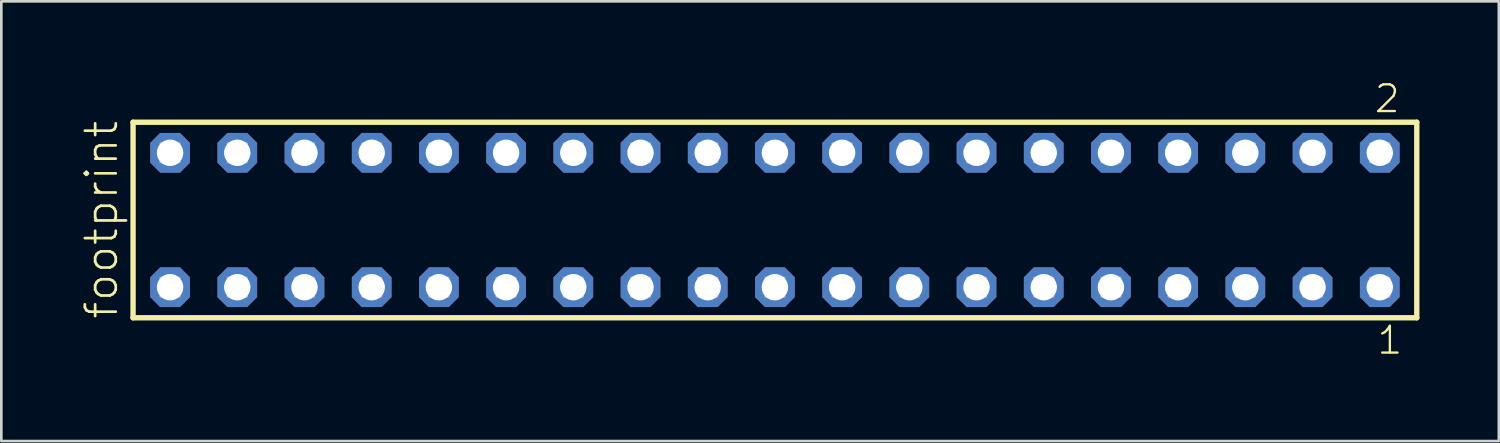
<source format=kicad_pcb>
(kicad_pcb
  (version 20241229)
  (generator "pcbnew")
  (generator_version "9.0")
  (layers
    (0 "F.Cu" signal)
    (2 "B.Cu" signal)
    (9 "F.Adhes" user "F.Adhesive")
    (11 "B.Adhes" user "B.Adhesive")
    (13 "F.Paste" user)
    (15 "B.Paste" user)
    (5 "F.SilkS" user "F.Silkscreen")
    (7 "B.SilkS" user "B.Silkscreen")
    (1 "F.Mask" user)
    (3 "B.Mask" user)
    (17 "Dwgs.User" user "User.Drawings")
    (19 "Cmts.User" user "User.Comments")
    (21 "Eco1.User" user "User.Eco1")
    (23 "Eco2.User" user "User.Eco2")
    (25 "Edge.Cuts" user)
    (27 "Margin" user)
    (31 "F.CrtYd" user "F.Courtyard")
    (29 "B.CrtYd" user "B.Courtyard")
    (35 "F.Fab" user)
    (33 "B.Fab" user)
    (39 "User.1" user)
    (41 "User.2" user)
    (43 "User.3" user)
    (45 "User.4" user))
  (footprint "footprint"
    (layer "F.Cu")
    (at 26.238 5.265)
    (property "Reference" "footprint" (at -24.765 3.81 90) (layer "F.SilkS") (effects (font (size 1.168 1.168) (thickness 0.102)) (justify left bottom)))
    (fp_line (start -24.259 -3.695) (end 24.259 -3.695) (stroke (width 0.203) (type solid)) (layer "F.SilkS"))
    (fp_line (start -24.259 3.695) (end -24.259 -3.695) (stroke (width 0.203) (type solid)) (layer "F.SilkS"))
    (fp_line (start 24.259 -3.695) (end 24.259 3.695) (stroke (width 0.203) (type solid)) (layer "F.SilkS"))
    (fp_line (start 24.259 3.695) (end -24.259 3.695) (stroke (width 0.203) (type solid)) (layer "F.SilkS"))
    (fp_poly (pts (xy -23.21 -2.19) (xy -22.51 -2.19) (xy -22.51 -2.89) (xy -23.21 -2.89)) (stroke (width 0.1) (type solid)) (fill no) (layer "F.Fab"))
    (fp_poly (pts (xy -23.21 2.89) (xy -22.51 2.89) (xy -22.51 2.19) (xy -23.21 2.19)) (stroke (width 0.1) (type solid)) (fill no) (layer "F.Fab"))
    (fp_poly (pts (xy -20.67 -2.19) (xy -19.97 -2.19) (xy -19.97 -2.89) (xy -20.67 -2.89)) (stroke (width 0.1) (type solid)) (fill no) (layer "F.Fab"))
    (fp_poly (pts (xy -20.67 2.89) (xy -19.97 2.89) (xy -19.97 2.19) (xy -20.67 2.19)) (stroke (width 0.1) (type solid)) (fill no) (layer "F.Fab"))
    (fp_poly (pts (xy -18.13 -2.19) (xy -17.43 -2.19) (xy -17.43 -2.89) (xy -18.13 -2.89)) (stroke (width 0.1) (type solid)) (fill no) (layer "F.Fab"))
    (fp_poly (pts (xy -18.13 2.89) (xy -17.43 2.89) (xy -17.43 2.19) (xy -18.13 2.19)) (stroke (width 0.1) (type solid)) (fill no) (layer "F.Fab"))
    (fp_poly (pts (xy -15.59 -2.19) (xy -14.89 -2.19) (xy -14.89 -2.89) (xy -15.59 -2.89)) (stroke (width 0.1) (type solid)) (fill no) (layer "F.Fab"))
    (fp_poly (pts (xy -15.59 2.89) (xy -14.89 2.89) (xy -14.89 2.19) (xy -15.59 2.19)) (stroke (width 0.1) (type solid)) (fill no) (layer "F.Fab"))
    (fp_poly (pts (xy -13.05 -2.19) (xy -12.35 -2.19) (xy -12.35 -2.89) (xy -13.05 -2.89)) (stroke (width 0.1) (type solid)) (fill no) (layer "F.Fab"))
    (fp_poly (pts (xy -13.05 2.89) (xy -12.35 2.89) (xy -12.35 2.19) (xy -13.05 2.19)) (stroke (width 0.1) (type solid)) (fill no) (layer "F.Fab"))
    (fp_poly (pts (xy -10.51 -2.19) (xy -9.81 -2.19) (xy -9.81 -2.89) (xy -10.51 -2.89)) (stroke (width 0.1) (type solid)) (fill no) (layer "F.Fab"))
    (fp_poly (pts (xy -10.51 2.89) (xy -9.81 2.89) (xy -9.81 2.19) (xy -10.51 2.19)) (stroke (width 0.1) (type solid)) (fill no) (layer "F.Fab"))
    (fp_poly (pts (xy -7.97 -2.19) (xy -7.27 -2.19) (xy -7.27 -2.89) (xy -7.97 -2.89)) (stroke (width 0.1) (type solid)) (fill no) (layer "F.Fab"))
    (fp_poly (pts (xy -7.97 2.89) (xy -7.27 2.89) (xy -7.27 2.19) (xy -7.97 2.19)) (stroke (width 0.1) (type solid)) (fill no) (layer "F.Fab"))
    (fp_poly (pts (xy -5.43 -2.19) (xy -4.73 -2.19) (xy -4.73 -2.89) (xy -5.43 -2.89)) (stroke (width 0.1) (type solid)) (fill no) (layer "F.Fab"))
    (fp_poly (pts (xy -5.43 2.89) (xy -4.73 2.89) (xy -4.73 2.19) (xy -5.43 2.19)) (stroke (width 0.1) (type solid)) (fill no) (layer "F.Fab"))
    (fp_poly (pts (xy -2.89 -2.19) (xy -2.19 -2.19) (xy -2.19 -2.89) (xy -2.89 -2.89)) (stroke (width 0.1) (type solid)) (fill no) (layer "F.Fab"))
    (fp_poly (pts (xy -2.89 2.89) (xy -2.19 2.89) (xy -2.19 2.19) (xy -2.89 2.19)) (stroke (width 0.1) (type solid)) (fill no) (layer "F.Fab"))
    (fp_poly (pts (xy -0.35 -2.19) (xy 0.35 -2.19) (xy 0.35 -2.89) (xy -0.35 -2.89)) (stroke (width 0.1) (type solid)) (fill no) (layer "F.Fab"))
    (fp_poly (pts (xy -0.35 2.89) (xy 0.35 2.89) (xy 0.35 2.19) (xy -0.35 2.19)) (stroke (width 0.1) (type solid)) (fill no) (layer "F.Fab"))
    (fp_poly (pts (xy 2.19 -2.19) (xy 2.89 -2.19) (xy 2.89 -2.89) (xy 2.19 -2.89)) (stroke (width 0.1) (type solid)) (fill no) (layer "F.Fab"))
    (fp_poly (pts (xy 2.19 2.89) (xy 2.89 2.89) (xy 2.89 2.19) (xy 2.19 2.19)) (stroke (width 0.1) (type solid)) (fill no) (layer "F.Fab"))
    (fp_poly (pts (xy 4.73 -2.19) (xy 5.43 -2.19) (xy 5.43 -2.89) (xy 4.73 -2.89)) (stroke (width 0.1) (type solid)) (fill no) (layer "F.Fab"))
    (fp_poly (pts (xy 4.73 2.89) (xy 5.43 2.89) (xy 5.43 2.19) (xy 4.73 2.19)) (stroke (width 0.1) (type solid)) (fill no) (layer "F.Fab"))
    (fp_poly (pts (xy 7.27 -2.19) (xy 7.97 -2.19) (xy 7.97 -2.89) (xy 7.27 -2.89)) (stroke (width 0.1) (type solid)) (fill no) (layer "F.Fab"))
    (fp_poly (pts (xy 7.27 2.89) (xy 7.97 2.89) (xy 7.97 2.19) (xy 7.27 2.19)) (stroke (width 0.1) (type solid)) (fill no) (layer "F.Fab"))
    (fp_poly (pts (xy 9.81 -2.19) (xy 10.51 -2.19) (xy 10.51 -2.89) (xy 9.81 -2.89)) (stroke (width 0.1) (type solid)) (fill no) (layer "F.Fab"))
    (fp_poly (pts (xy 9.81 2.89) (xy 10.51 2.89) (xy 10.51 2.19) (xy 9.81 2.19)) (stroke (width 0.1) (type solid)) (fill no) (layer "F.Fab"))
    (fp_poly (pts (xy 12.35 -2.19) (xy 13.05 -2.19) (xy 13.05 -2.89) (xy 12.35 -2.89)) (stroke (width 0.1) (type solid)) (fill no) (layer "F.Fab"))
    (fp_poly (pts (xy 12.35 2.89) (xy 13.05 2.89) (xy 13.05 2.19) (xy 12.35 2.19)) (stroke (width 0.1) (type solid)) (fill no) (layer "F.Fab"))
    (fp_poly (pts (xy 14.89 -2.19) (xy 15.59 -2.19) (xy 15.59 -2.89) (xy 14.89 -2.89)) (stroke (width 0.1) (type solid)) (fill no) (layer "F.Fab"))
    (fp_poly (pts (xy 14.89 2.89) (xy 15.59 2.89) (xy 15.59 2.19) (xy 14.89 2.19)) (stroke (width 0.1) (type solid)) (fill no) (layer "F.Fab"))
    (fp_poly (pts (xy 17.43 -2.19) (xy 18.13 -2.19) (xy 18.13 -2.89) (xy 17.43 -2.89)) (stroke (width 0.1) (type solid)) (fill no) (layer "F.Fab"))
    (fp_poly (pts (xy 17.43 2.89) (xy 18.13 2.89) (xy 18.13 2.19) (xy 17.43 2.19)) (stroke (width 0.1) (type solid)) (fill no) (layer "F.Fab"))
    (fp_poly (pts (xy 19.97 -2.19) (xy 20.67 -2.19) (xy 20.67 -2.89) (xy 19.97 -2.89)) (stroke (width 0.1) (type solid)) (fill no) (layer "F.Fab"))
    (fp_poly (pts (xy 19.97 2.89) (xy 20.67 2.89) (xy 20.67 2.19) (xy 19.97 2.19)) (stroke (width 0.1) (type solid)) (fill no) (layer "F.Fab"))
    (fp_poly (pts (xy 22.51 -2.19) (xy 23.21 -2.19) (xy 23.21 -2.89) (xy 22.51 -2.89)) (stroke (width 0.1) (type solid)) (fill no) (layer "F.Fab"))
    (fp_poly (pts (xy 22.51 2.89) (xy 23.21 2.89) (xy 23.21 2.19) (xy 22.51 2.19)) (stroke (width 0.1) (type solid)) (fill no) (layer "F.Fab"))
    (fp_text user "2" (at 22.602 -3.989 0) (layer "F.SilkS") (effects (font (size 1.012 1.012) (thickness 0.088)) (justify left bottom)))
    (fp_text user "1" (at 22.702 5.138 0) (layer "F.SilkS") (effects (font (size 1.012 1.012) (thickness 0.088)) (justify left bottom)))
    (pad "1" thru_hole roundrect (at 22.86 2.54 180) (size 1.5 1.5) (drill 1) (layers "*.Cu" "*.Mask") (roundrect_rratio 0.25) (chamfer_ratio 0.25) (chamfer top_left top_right bottom_left bottom_right))
    (pad "2" thru_hole roundrect (at 22.86 -2.54 180) (size 1.5 1.5) (drill 1) (layers "*.Cu" "*.Mask") (roundrect_rratio 0.25) (chamfer_ratio 0.25) (chamfer top_left top_right bottom_left bottom_right))
    (pad "3" thru_hole roundrect (at 20.32 2.54 180) (size 1.5 1.5) (drill 1) (layers "*.Cu" "*.Mask") (roundrect_rratio 0.25) (chamfer_ratio 0.25) (chamfer top_left top_right bottom_left bottom_right))
    (pad "4" thru_hole roundrect (at 20.32 -2.54 180) (size 1.5 1.5) (drill 1) (layers "*.Cu" "*.Mask") (roundrect_rratio 0.25) (chamfer_ratio 0.25) (chamfer top_left top_right bottom_left bottom_right))
    (pad "5" thru_hole roundrect (at 17.78 2.54 180) (size 1.5 1.5) (drill 1) (layers "*.Cu" "*.Mask") (roundrect_rratio 0.25) (chamfer_ratio 0.25) (chamfer top_left top_right bottom_left bottom_right))
    (pad "6" thru_hole roundrect (at 17.78 -2.54 180) (size 1.5 1.5) (drill 1) (layers "*.Cu" "*.Mask") (roundrect_rratio 0.25) (chamfer_ratio 0.25) (chamfer top_left top_right bottom_left bottom_right))
    (pad "7" thru_hole roundrect (at 15.24 2.54 180) (size 1.5 1.5) (drill 1) (layers "*.Cu" "*.Mask") (roundrect_rratio 0.25) (chamfer_ratio 0.25) (chamfer top_left top_right bottom_left bottom_right))
    (pad "8" thru_hole roundrect (at 15.24 -2.54 180) (size 1.5 1.5) (drill 1) (layers "*.Cu" "*.Mask") (roundrect_rratio 0.25) (chamfer_ratio 0.25) (chamfer top_left top_right bottom_left bottom_right))
    (pad "9" thru_hole roundrect (at 12.7 2.54 180) (size 1.5 1.5) (drill 1) (layers "*.Cu" "*.Mask") (roundrect_rratio 0.25) (chamfer_ratio 0.25) (chamfer top_left top_right bottom_left bottom_right))
    (pad "10" thru_hole roundrect (at 12.7 -2.54 180) (size 1.5 1.5) (drill 1) (layers "*.Cu" "*.Mask") (roundrect_rratio 0.25) (chamfer_ratio 0.25) (chamfer top_left top_right bottom_left bottom_right))
    (pad "11" thru_hole roundrect (at 10.16 2.54 180) (size 1.5 1.5) (drill 1) (layers "*.Cu" "*.Mask") (roundrect_rratio 0.25) (chamfer_ratio 0.25) (chamfer top_left top_right bottom_left bottom_right))
    (pad "12" thru_hole roundrect (at 10.16 -2.54 180) (size 1.5 1.5) (drill 1) (layers "*.Cu" "*.Mask") (roundrect_rratio 0.25) (chamfer_ratio 0.25) (chamfer top_left top_right bottom_left bottom_right))
    (pad "13" thru_hole roundrect (at 7.62 2.54 180) (size 1.5 1.5) (drill 1) (layers "*.Cu" "*.Mask") (roundrect_rratio 0.25) (chamfer_ratio 0.25) (chamfer top_left top_right bottom_left bottom_right))
    (pad "14" thru_hole roundrect (at 7.62 -2.54 180) (size 1.5 1.5) (drill 1) (layers "*.Cu" "*.Mask") (roundrect_rratio 0.25) (chamfer_ratio 0.25) (chamfer top_left top_right bottom_left bottom_right))
    (pad "15" thru_hole roundrect (at 5.08 2.54 180) (size 1.5 1.5) (drill 1) (layers "*.Cu" "*.Mask") (roundrect_rratio 0.25) (chamfer_ratio 0.25) (chamfer top_left top_right bottom_left bottom_right))
    (pad "16" thru_hole roundrect (at 5.08 -2.54 180) (size 1.5 1.5) (drill 1) (layers "*.Cu" "*.Mask") (roundrect_rratio 0.25) (chamfer_ratio 0.25) (chamfer top_left top_right bottom_left bottom_right))
    (pad "17" thru_hole roundrect (at 2.54 2.54 180) (size 1.5 1.5) (drill 1) (layers "*.Cu" "*.Mask") (roundrect_rratio 0.25) (chamfer_ratio 0.25) (chamfer top_left top_right bottom_left bottom_right))
    (pad "18" thru_hole roundrect (at 2.54 -2.54 180) (size 1.5 1.5) (drill 1) (layers "*.Cu" "*.Mask") (roundrect_rratio 0.25) (chamfer_ratio 0.25) (chamfer top_left top_right bottom_left bottom_right))
    (pad "19" thru_hole roundrect (at 0 2.54 180) (size 1.5 1.5) (drill 1) (layers "*.Cu" "*.Mask") (roundrect_rratio 0.25) (chamfer_ratio 0.25) (chamfer top_left top_right bottom_left bottom_right))
    (pad "20" thru_hole roundrect (at 0 -2.54 180) (size 1.5 1.5) (drill 1) (layers "*.Cu" "*.Mask") (roundrect_rratio 0.25) (chamfer_ratio 0.25) (chamfer top_left top_right bottom_left bottom_right))
    (pad "21" thru_hole roundrect (at -2.54 2.54 180) (size 1.5 1.5) (drill 1) (layers "*.Cu" "*.Mask") (roundrect_rratio 0.25) (chamfer_ratio 0.25) (chamfer top_left top_right bottom_left bottom_right))
    (pad "22" thru_hole roundrect (at -2.54 -2.54 180) (size 1.5 1.5) (drill 1) (layers "*.Cu" "*.Mask") (roundrect_rratio 0.25) (chamfer_ratio 0.25) (chamfer top_left top_right bottom_left bottom_right))
    (pad "23" thru_hole roundrect (at -5.08 2.54 180) (size 1.5 1.5) (drill 1) (layers "*.Cu" "*.Mask") (roundrect_rratio 0.25) (chamfer_ratio 0.25) (chamfer top_left top_right bottom_left bottom_right))
    (pad "24" thru_hole roundrect (at -5.08 -2.54 180) (size 1.5 1.5) (drill 1) (layers "*.Cu" "*.Mask") (roundrect_rratio 0.25) (chamfer_ratio 0.25) (chamfer top_left top_right bottom_left bottom_right))
    (pad "25" thru_hole roundrect (at -7.62 2.54 180) (size 1.5 1.5) (drill 1) (layers "*.Cu" "*.Mask") (roundrect_rratio 0.25) (chamfer_ratio 0.25) (chamfer top_left top_right bottom_left bottom_right))
    (pad "26" thru_hole roundrect (at -7.62 -2.54 180) (size 1.5 1.5) (drill 1) (layers "*.Cu" "*.Mask") (roundrect_rratio 0.25) (chamfer_ratio 0.25) (chamfer top_left top_right bottom_left bottom_right))
    (pad "27" thru_hole roundrect (at -10.16 2.54 180) (size 1.5 1.5) (drill 1) (layers "*.Cu" "*.Mask") (roundrect_rratio 0.25) (chamfer_ratio 0.25) (chamfer top_left top_right bottom_left bottom_right))
    (pad "28" thru_hole roundrect (at -10.16 -2.54 180) (size 1.5 1.5) (drill 1) (layers "*.Cu" "*.Mask") (roundrect_rratio 0.25) (chamfer_ratio 0.25) (chamfer top_left top_right bottom_left bottom_right))
    (pad "29" thru_hole roundrect (at -12.7 2.54 180) (size 1.5 1.5) (drill 1) (layers "*.Cu" "*.Mask") (roundrect_rratio 0.25) (chamfer_ratio 0.25) (chamfer top_left top_right bottom_left bottom_right))
    (pad "30" thru_hole roundrect (at -12.7 -2.54 180) (size 1.5 1.5) (drill 1) (layers "*.Cu" "*.Mask") (roundrect_rratio 0.25) (chamfer_ratio 0.25) (chamfer top_left top_right bottom_left bottom_right))
    (pad "31" thru_hole roundrect (at -15.24 2.54 180) (size 1.5 1.5) (drill 1) (layers "*.Cu" "*.Mask") (roundrect_rratio 0.25) (chamfer_ratio 0.25) (chamfer top_left top_right bottom_left bottom_right))
    (pad "32" thru_hole roundrect (at -15.24 -2.54 180) (size 1.5 1.5) (drill 1) (layers "*.Cu" "*.Mask") (roundrect_rratio 0.25) (chamfer_ratio 0.25) (chamfer top_left top_right bottom_left bottom_right))
    (pad "33" thru_hole roundrect (at -17.78 2.54 180) (size 1.5 1.5) (drill 1) (layers "*.Cu" "*.Mask") (roundrect_rratio 0.25) (chamfer_ratio 0.25) (chamfer top_left top_right bottom_left bottom_right))
    (pad "34" thru_hole roundrect (at -17.78 -2.54 180) (size 1.5 1.5) (drill 1) (layers "*.Cu" "*.Mask") (roundrect_rratio 0.25) (chamfer_ratio 0.25) (chamfer top_left top_right bottom_left bottom_right))
    (pad "35" thru_hole roundrect (at -20.32 2.54 180) (size 1.5 1.5) (drill 1) (layers "*.Cu" "*.Mask") (roundrect_rratio 0.25) (chamfer_ratio 0.25) (chamfer top_left top_right bottom_left bottom_right))
    (pad "36" thru_hole roundrect (at -20.32 -2.54 180) (size 1.5 1.5) (drill 1) (layers "*.Cu" "*.Mask") (roundrect_rratio 0.25) (chamfer_ratio 0.25) (chamfer top_left top_right bottom_left bottom_right))
    (pad "37" thru_hole roundrect (at -22.86 2.54 180) (size 1.5 1.5) (drill 1) (layers "*.Cu" "*.Mask") (roundrect_rratio 0.25) (chamfer_ratio 0.25) (chamfer top_left top_right bottom_left bottom_right))
    (pad "38" thru_hole roundrect (at -22.86 -2.54 180) (size 1.5 1.5) (drill 1) (layers "*.Cu" "*.Mask") (roundrect_rratio 0.25) (chamfer_ratio 0.25) (chamfer top_left top_right bottom_left bottom_right)))
  (gr_rect
    (start -3 -3)
    (end 53.599 13.62)
    (stroke (width 0.1) (type default))
    (fill no)
    (layer "Edge.Cuts")))
</source>
